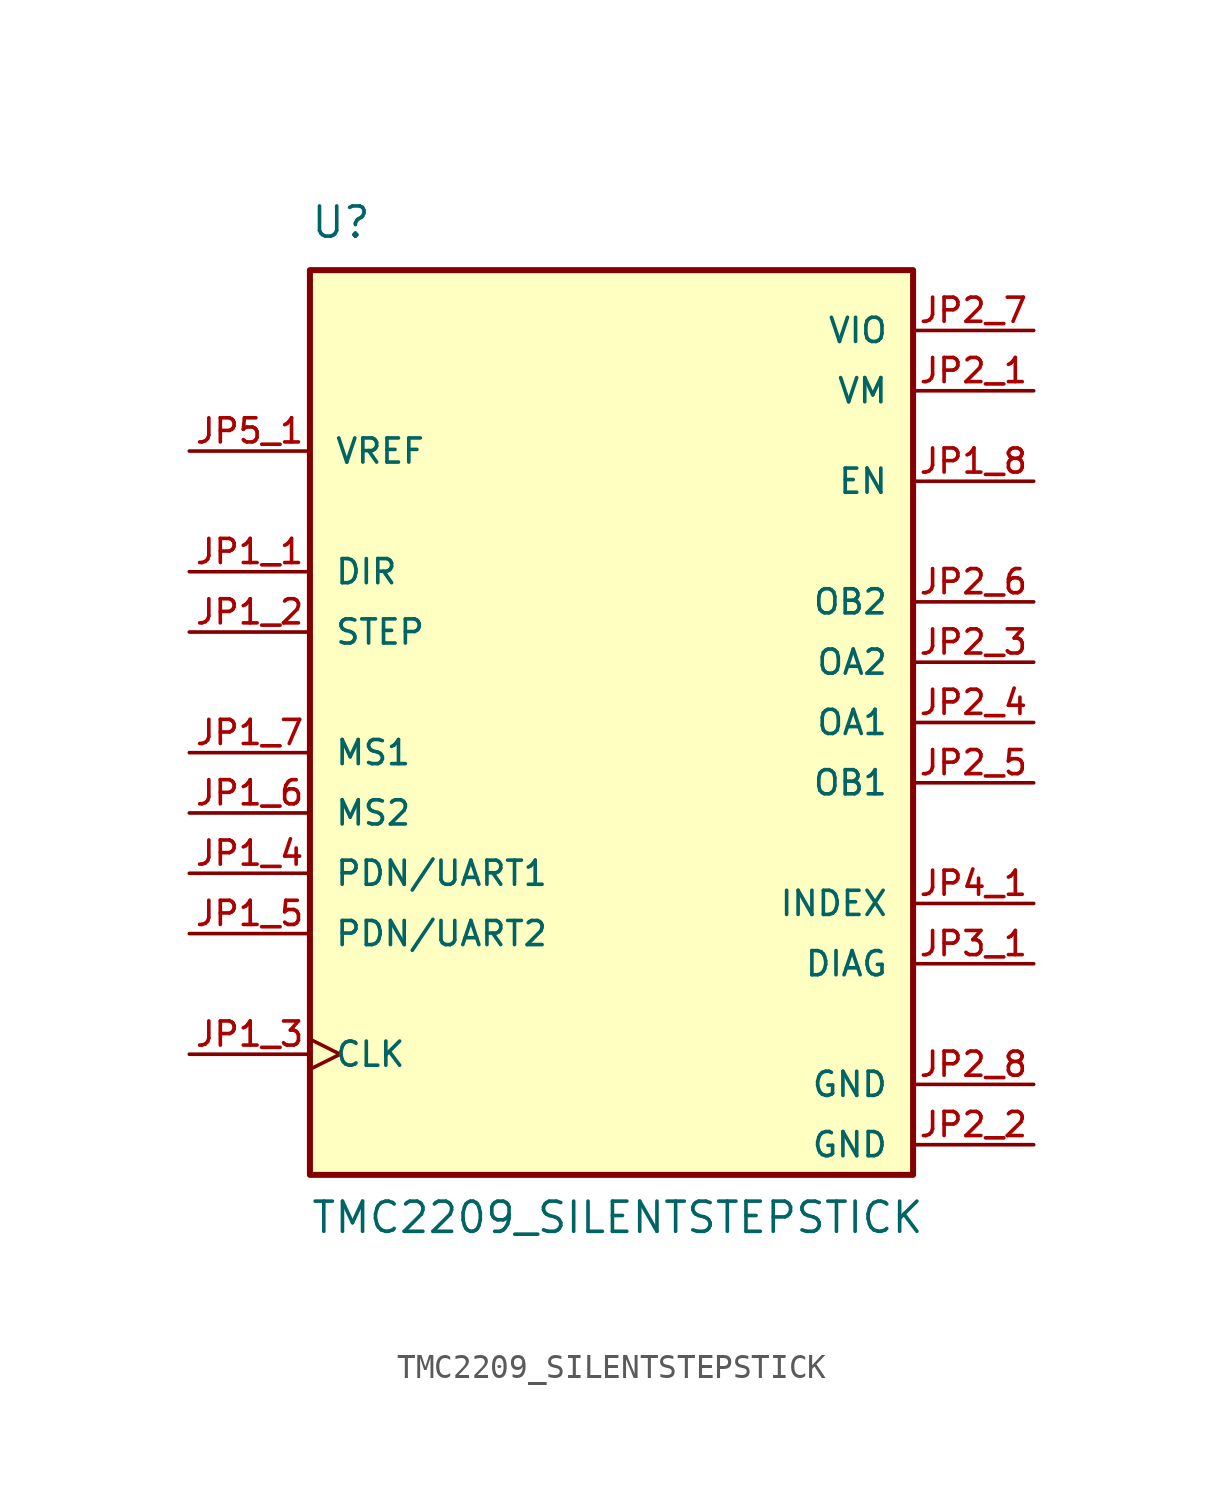
<source format=kicad_sym>
(kicad_symbol_lib
  (version 20211014)
  (generator kicad_symbol_editor)
  (symbol "TMC2209_SILENTSTEPSTICK"
    (pin_names
      (offset 1.016))
    (property "Reference" "U"
      (at -12.7 19.05 0)
      (effects (font (size 1.27 1.27)) (justify left bottom)))
    (property "Value" "TMC2209_SILENTSTEPSTICK"
      (at -12.7 -22.86 0)
      (effects (font (size 1.27 1.27)) (justify left bottom)))
    (property "ki_locked" ""
      (at 0 0 0)
      (effects (font (size 1.27 1.27))))
    (symbol "TMC2209_SILENTSTEPSTICK_0_0"
      (rectangle (start -12.7 -20.32) (end 12.7 17.78) (stroke (width 0.254) (type default) (color 0 0 0 0)) (fill (type background)))
      (pin input line (at -17.78 5.08 0) (length 5.08) (name "DIR" (effects (font (size 1.016 1.016)))) (number "JP1_1" (effects (font (size 1.016 1.016)))))
      (pin input line (at -17.78 2.54 0) (length 5.08) (name "STEP" (effects (font (size 1.016 1.016)))) (number "JP1_2" (effects (font (size 1.016 1.016)))))
      (pin input clock (at -17.78 -15.24 0) (length 5.08) (name "CLK" (effects (font (size 1.016 1.016)))) (number "JP1_3" (effects (font (size 1.016 1.016)))))
      (pin bidirectional line (at -17.78 -7.62 0) (length 5.08) (name "PDN/UART1" (effects (font (size 1.016 1.016)))) (number "JP1_4" (effects (font (size 1.016 1.016)))))
      (pin bidirectional line (at -17.78 -10.16 0) (length 5.08) (name "PDN/UART2" (effects (font (size 1.016 1.016)))) (number "JP1_5" (effects (font (size 1.016 1.016)))))
      (pin input line (at -17.78 -5.08 0) (length 5.08) (name "MS2" (effects (font (size 1.016 1.016)))) (number "JP1_6" (effects (font (size 1.016 1.016)))))
      (pin input line (at -17.78 -2.54 0) (length 5.08) (name "MS1" (effects (font (size 1.016 1.016)))) (number "JP1_7" (effects (font (size 1.016 1.016)))))
      (pin input line (at 17.78 8.89 180) (length 5.08) (name "EN" (effects (font (size 1.016 1.016)))) (number "JP1_8" (effects (font (size 1.016 1.016)))))
      (pin power_in line (at 17.78 12.7 180) (length 5.08) (name "VM" (effects (font (size 1.016 1.016)))) (number "JP2_1" (effects (font (size 1.016 1.016)))))
      (pin power_in line (at 17.78 -19.05 180) (length 5.08) (name "GND" (effects (font (size 1.016 1.016)))) (number "JP2_2" (effects (font (size 1.016 1.016)))))
      (pin passive line (at 17.78 1.27 180) (length 5.08) (name "OA2" (effects (font (size 1.016 1.016)))) (number "JP2_3" (effects (font (size 1.016 1.016)))))
      (pin passive line (at 17.78 -1.27 180) (length 5.08) (name "OA1" (effects (font (size 1.016 1.016)))) (number "JP2_4" (effects (font (size 1.016 1.016)))))
      (pin passive line (at 17.78 -3.81 180) (length 5.08) (name "OB1" (effects (font (size 1.016 1.016)))) (number "JP2_5" (effects (font (size 1.016 1.016)))))
      (pin passive line (at 17.78 3.81 180) (length 5.08) (name "OB2" (effects (font (size 1.016 1.016)))) (number "JP2_6" (effects (font (size 1.016 1.016)))))
      (pin power_in line (at 17.78 15.24 180) (length 5.08) (name "VIO" (effects (font (size 1.016 1.016)))) (number "JP2_7" (effects (font (size 1.016 1.016)))))
      (pin power_in line (at 17.78 -16.51 180) (length 5.08) (name "GND" (effects (font (size 1.016 1.016)))) (number "JP2_8" (effects (font (size 1.016 1.016)))))
      (pin output line (at 17.78 -11.43 180) (length 5.08) (name "DIAG" (effects (font (size 1.016 1.016)))) (number "JP3_1" (effects (font (size 1.016 1.016)))))
      (pin output line (at 17.78 -8.89 180) (length 5.08) (name "INDEX" (effects (font (size 1.016 1.016)))) (number "JP4_1" (effects (font (size 1.016 1.016)))))
      (pin input line (at -17.78 10.16 0) (length 5.08) (name "VREF" (effects (font (size 1.016 1.016)))) (number "JP5_1" (effects (font (size 1.016 1.016))))))))
</source>
